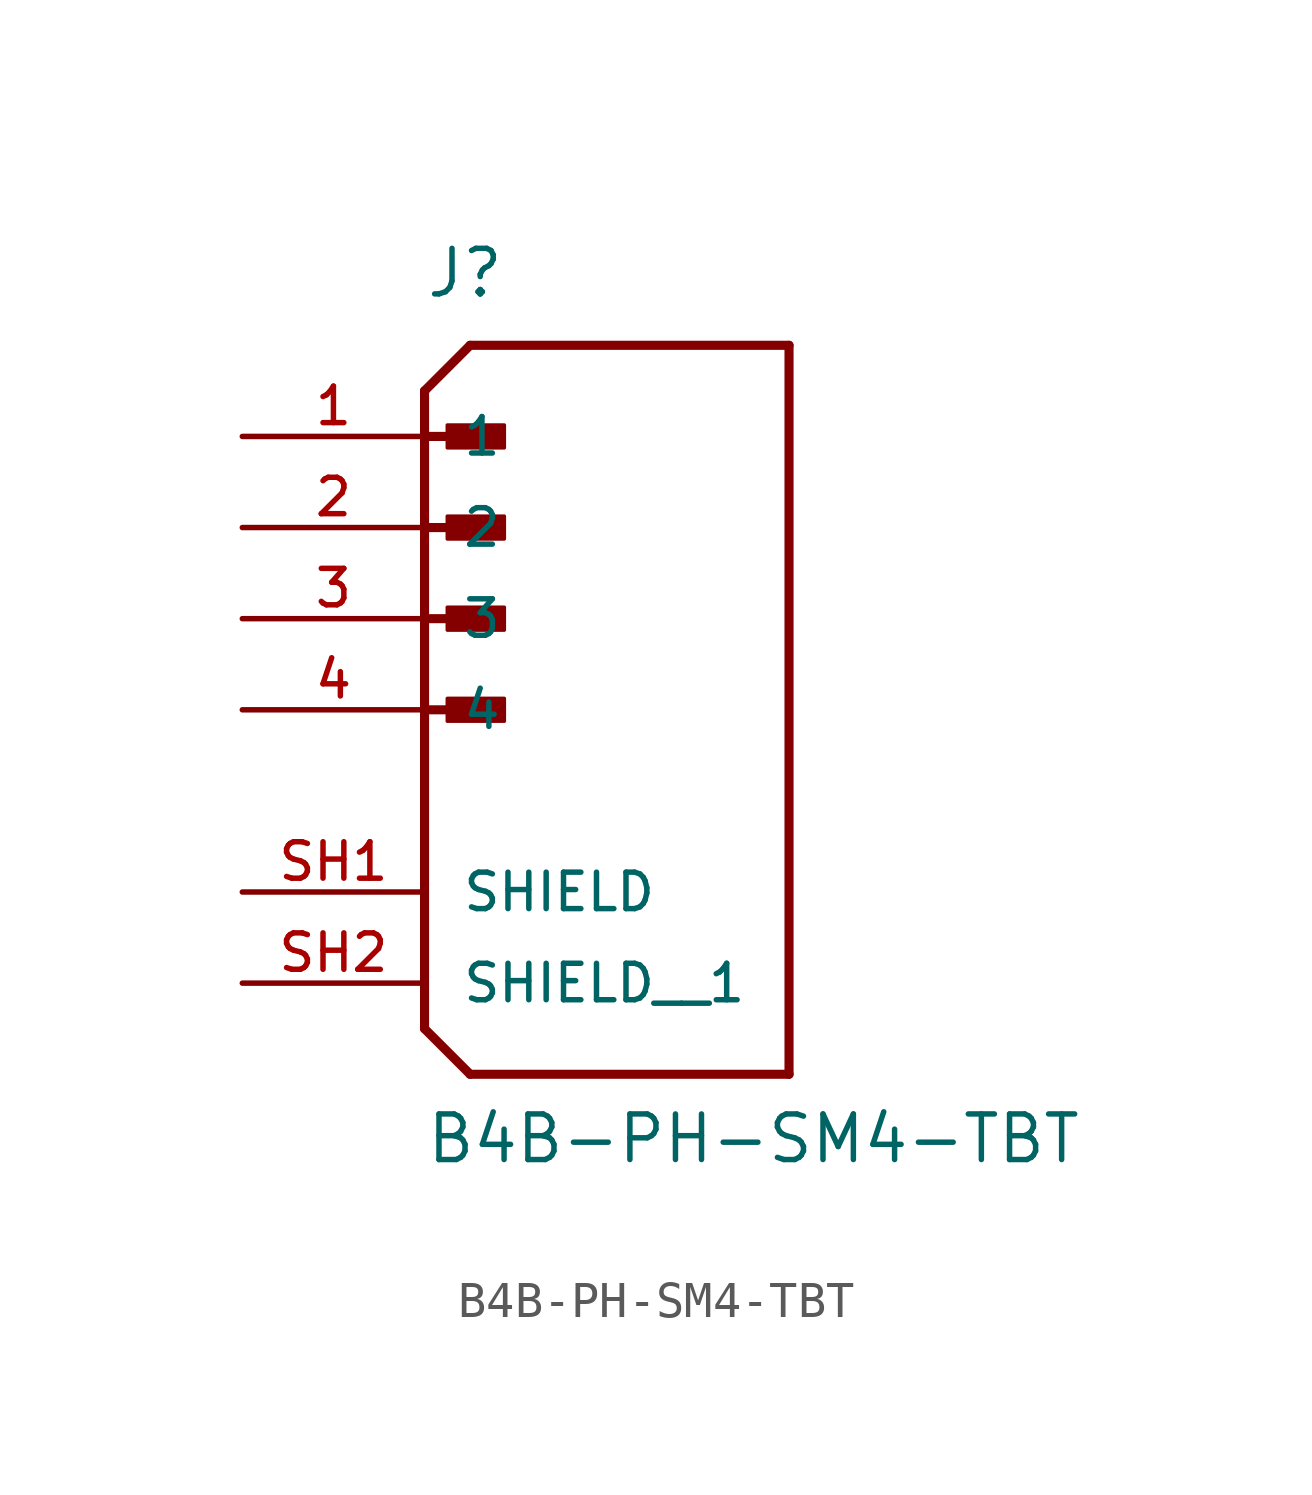
<source format=kicad_sym>
(kicad_symbol_lib
  (version 20211014)
  (generator kicad_symbol_editor)
  (symbol "B4B-PH-SM4-TBT"
    (pin_names
      (offset 1.016))
    (property "Reference" "J"
      (at 0.0 8.89 0)
      (effects (font (size 1.27 1.27)) (justify bottom left)))
    (property "Value" "B4B-PH-SM4-TBT"
      (at 0.0 -15.24 0)
      (effects (font (size 1.27 1.27)) (justify bottom left)))
    (symbol "B4B-PH-SM4-TBT_0_0"
      (polyline (pts (xy 0.0 6.35) (xy 1.27 7.62)) (stroke (width 0.254)))
      (polyline (pts (xy 0.0 6.35) (xy 0.0 -11.43)) (stroke (width 0.254)))
      (polyline (pts (xy 0.0 -11.43) (xy 1.27 -12.7)) (stroke (width 0.254)))
      (polyline (pts (xy 1.27 -12.7) (xy 10.16 -12.7)) (stroke (width 0.254)))
      (polyline (pts (xy 10.16 -12.7) (xy 10.16 7.62)) (stroke (width 0.254)))
      (polyline (pts (xy 10.16 7.62) (xy 1.27 7.62)) (stroke (width 0.254)))
      (rectangle (start 0.635 4.763) (end 2.223 5.397) (stroke (width 0.1)) (fill (type outline)))
      (polyline (pts (xy 0.0 2.54) (xy 1.905 2.54)) (stroke (width 0.254)))
      (rectangle (start 0.635 2.223) (end 2.223 2.857) (stroke (width 0.1)) (fill (type outline)))
      (polyline (pts (xy 0.0 0.0) (xy 1.905 0.0)) (stroke (width 0.254)))
      (rectangle (start 0.635 -0.318) (end 2.223 0.318) (stroke (width 0.1)) (fill (type outline)))
      (polyline (pts (xy 0.0 -2.54) (xy 1.905 -2.54)) (stroke (width 0.254)))
      (rectangle (start 0.635 -2.857) (end 2.223 -2.223) (stroke (width 0.1)) (fill (type outline)))
      (polyline (pts (xy 0.0 5.08) (xy 1.905 5.08)) (stroke (width 0.254)))
      (pin passive line (at -5.08 5.08 0) (length 5.08) (name "1" (effects (font (size 1.016 1.016)))) (number "1" (effects (font (size 1.016 1.016)))))
      (pin passive line (at -5.08 2.54 0) (length 5.08) (name "2" (effects (font (size 1.016 1.016)))) (number "2" (effects (font (size 1.016 1.016)))))
      (pin passive line (at -5.08 0.0 0) (length 5.08) (name "3" (effects (font (size 1.016 1.016)))) (number "3" (effects (font (size 1.016 1.016)))))
      (pin passive line (at -5.08 -2.54 0) (length 5.08) (name "4" (effects (font (size 1.016 1.016)))) (number "4" (effects (font (size 1.016 1.016)))))
      (pin passive line (at -5.08 -7.62 0) (length 5.08) (name "SHIELD" (effects (font (size 1.016 1.016)))) (number "SH1" (effects (font (size 1.016 1.016)))))
      (pin passive line (at -5.08 -10.16 0) (length 5.08) (name "SHIELD__1" (effects (font (size 1.016 1.016)))) (number "SH2" (effects (font (size 1.016 1.016))))))))
</source>
